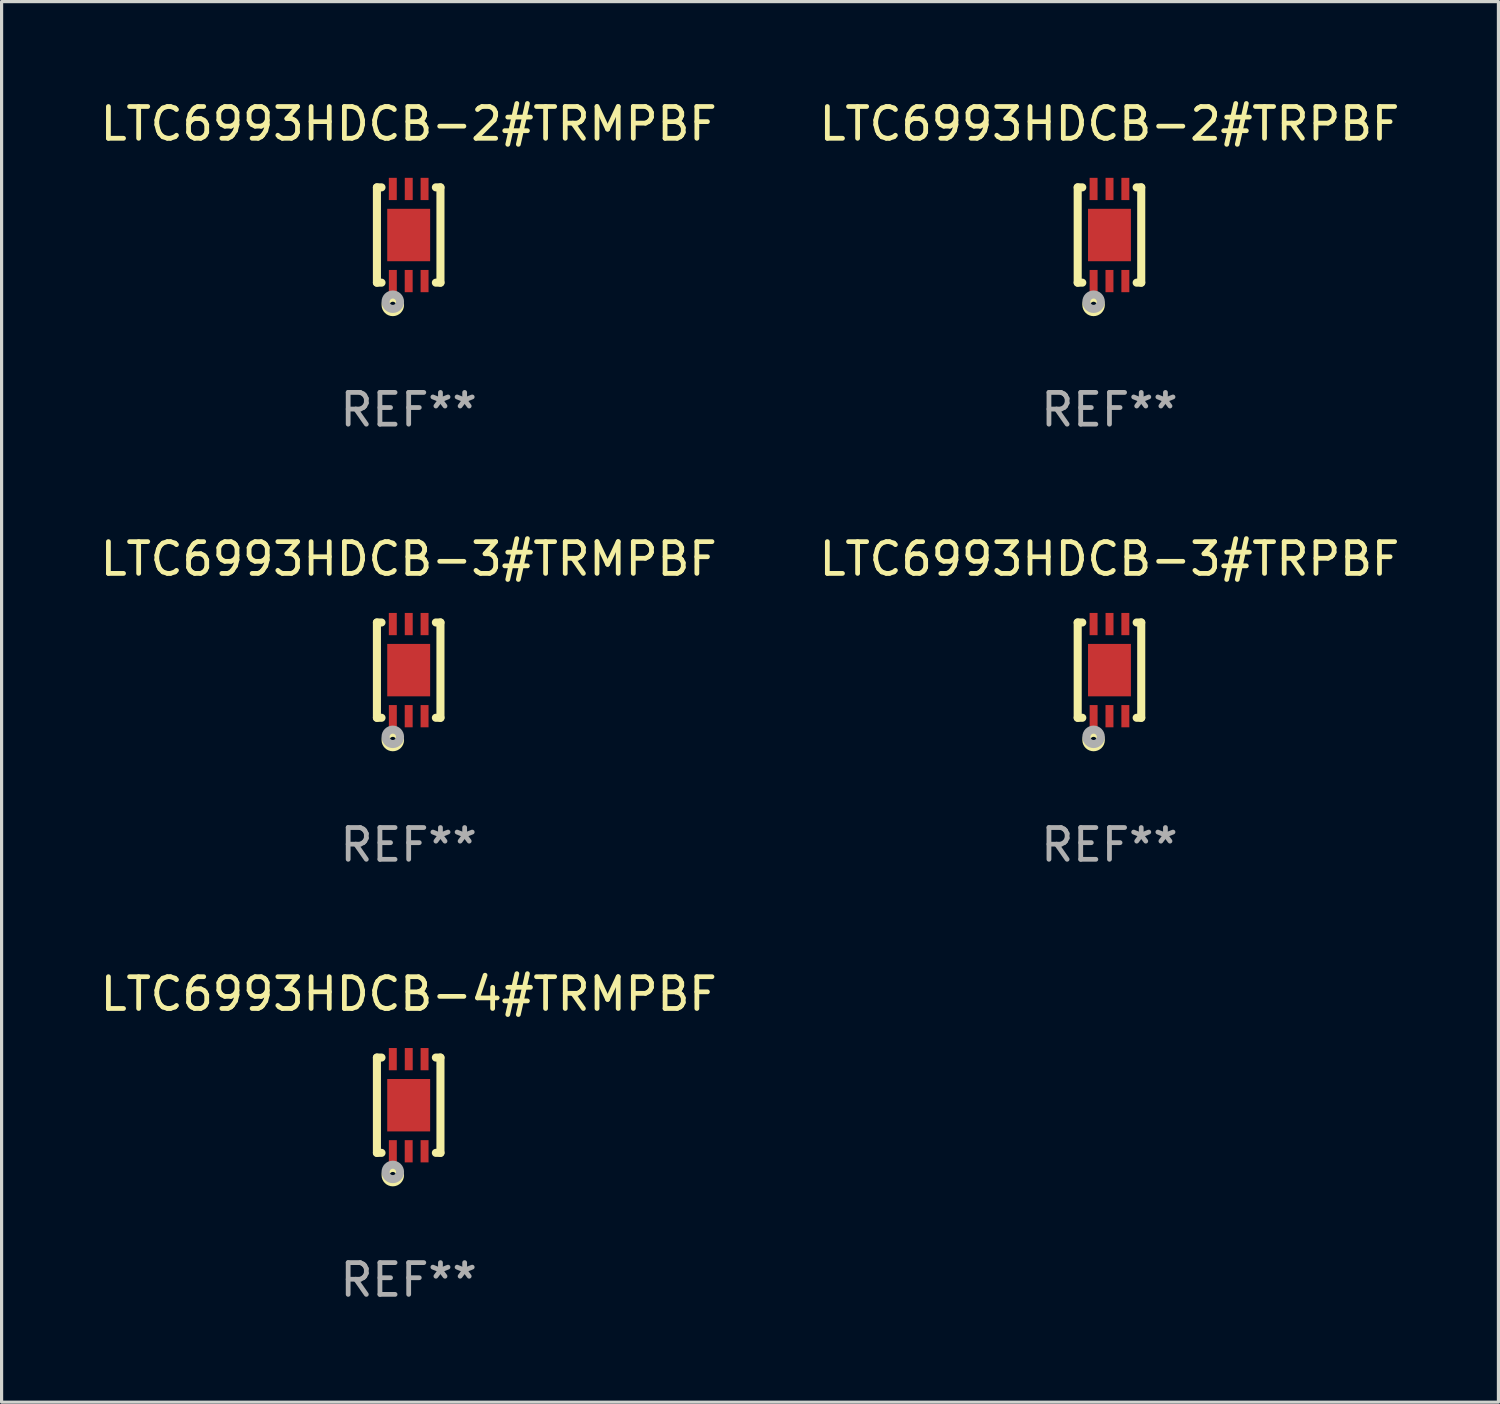
<source format=kicad_pcb>
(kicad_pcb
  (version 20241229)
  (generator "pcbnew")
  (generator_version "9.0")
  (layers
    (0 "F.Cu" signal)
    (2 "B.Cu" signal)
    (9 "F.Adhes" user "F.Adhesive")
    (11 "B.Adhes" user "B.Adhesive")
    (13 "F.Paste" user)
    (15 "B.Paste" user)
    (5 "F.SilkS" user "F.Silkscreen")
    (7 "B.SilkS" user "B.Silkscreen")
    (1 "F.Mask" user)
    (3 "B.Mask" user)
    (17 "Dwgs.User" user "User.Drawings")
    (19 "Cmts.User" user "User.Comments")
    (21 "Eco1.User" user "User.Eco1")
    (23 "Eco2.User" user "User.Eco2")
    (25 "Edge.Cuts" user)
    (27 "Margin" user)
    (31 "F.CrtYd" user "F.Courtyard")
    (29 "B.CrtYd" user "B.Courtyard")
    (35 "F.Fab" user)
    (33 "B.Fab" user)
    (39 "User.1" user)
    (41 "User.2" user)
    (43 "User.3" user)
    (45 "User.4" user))
  (footprint "LTC6993HDCB-2#TRPBF"
    (layer "F.Cu")
    (at 31.875 4.348)
    (property "Reference" "LTC6993HDCB-2#TRPBF" (at 0 -3.5 0) (layer "F.SilkS") (effects (font (size 1 1) (thickness 0.15))))
    (attr through_hole)
    (fp_line (start -1 1.5) (end -1 -1.5) (stroke (width 0.254) (type solid)) (layer "F.SilkS"))
    (fp_line (start -0.856 -1.5) (end -1 -1.5) (stroke (width 0.254) (type solid)) (layer "F.SilkS"))
    (fp_line (start -0.855 1.5) (end -1 1.5) (stroke (width 0.254) (type solid)) (layer "F.SilkS"))
    (fp_line (start 1 -1.5) (end 0.856 -1.5) (stroke (width 0.254) (type solid)) (layer "F.SilkS"))
    (fp_line (start 1 1.5) (end 0.856 1.5) (stroke (width 0.254) (type solid)) (layer "F.SilkS"))
    (fp_line (start 1 1.5) (end 1 -1.5) (stroke (width 0.254) (type solid)) (layer "F.SilkS"))
    (fp_circle (center -1 1.5) (end -0.97 1.5) (stroke (width 0.06) (type solid)) (fill no) (layer "F.SilkS"))
    (fp_circle (center -0.5 2.2) (end -0.4 2.2) (stroke (width 0.254) (type solid)) (fill no) (layer "F.SilkS"))
    (fp_circle (center -0.5 2.1) (end -0.4 2.1) (stroke (width 0.254) (type solid)) (fill no) (layer "F.Fab"))
    (fp_text user "REF**" (at 0 5.5 0) (layer "F.Fab") (effects (font (size 1 1) (thickness 0.15))))
    (pad "1" smd rect (at -0.499 1.45 180) (size 0.25 0.7) (layers "F.Cu" "F.Mask" "F.Paste"))
    (pad "2" smd rect (at 0.000025 1.45 180) (size 0.25 0.7) (layers "F.Cu" "F.Mask" "F.Paste"))
    (pad "3" smd rect (at 0.5 1.45 180) (size 0.25 0.7) (layers "F.Cu" "F.Mask" "F.Paste"))
    (pad "4" smd rect (at 0.5 -1.45 180) (size 0.25 0.7) (layers "F.Cu" "F.Mask" "F.Paste"))
    (pad "5" smd rect (at 0.002 -1.45 180) (size 0.25 0.7) (layers "F.Cu" "F.Mask" "F.Paste"))
    (pad "6" smd rect (at -0.5 -1.45 180) (size 0.25 0.7) (layers "F.Cu" "F.Mask" "F.Paste"))
    (pad "7" smd rect (at 0.000025 0.000038 180) (size 1.35 1.65) (layers "F.Cu" "F.Mask" "F.Paste")))
  (footprint "LTC6993HDCB-3#TRMPBF"
    (layer "F.Cu")
    (at 9.815 18.045)
    (property "Reference" "LTC6993HDCB-3#TRMPBF" (at 0 -3.5 0) (layer "F.SilkS") (effects (font (size 1 1) (thickness 0.15))))
    (attr through_hole)
    (fp_line (start -1 1.5) (end -1 -1.5) (stroke (width 0.254) (type solid)) (layer "F.SilkS"))
    (fp_line (start -0.856 -1.5) (end -1 -1.5) (stroke (width 0.254) (type solid)) (layer "F.SilkS"))
    (fp_line (start -0.855 1.5) (end -1 1.5) (stroke (width 0.254) (type solid)) (layer "F.SilkS"))
    (fp_line (start 1 -1.5) (end 0.856 -1.5) (stroke (width 0.254) (type solid)) (layer "F.SilkS"))
    (fp_line (start 1 1.5) (end 0.856 1.5) (stroke (width 0.254) (type solid)) (layer "F.SilkS"))
    (fp_line (start 1 1.5) (end 1 -1.5) (stroke (width 0.254) (type solid)) (layer "F.SilkS"))
    (fp_circle (center -1 1.5) (end -0.97 1.5) (stroke (width 0.06) (type solid)) (fill no) (layer "F.SilkS"))
    (fp_circle (center -0.5 2.2) (end -0.4 2.2) (stroke (width 0.254) (type solid)) (fill no) (layer "F.SilkS"))
    (fp_circle (center -0.5 2.1) (end -0.4 2.1) (stroke (width 0.254) (type solid)) (fill no) (layer "F.Fab"))
    (fp_text user "REF**" (at 0 5.5 0) (layer "F.Fab") (effects (font (size 1 1) (thickness 0.15))))
    (pad "1" smd rect (at -0.499 1.45 180) (size 0.25 0.7) (layers "F.Cu" "F.Mask" "F.Paste"))
    (pad "2" smd rect (at 0.000025 1.45 180) (size 0.25 0.7) (layers "F.Cu" "F.Mask" "F.Paste"))
    (pad "3" smd rect (at 0.5 1.45 180) (size 0.25 0.7) (layers "F.Cu" "F.Mask" "F.Paste"))
    (pad "4" smd rect (at 0.5 -1.45 180) (size 0.25 0.7) (layers "F.Cu" "F.Mask" "F.Paste"))
    (pad "5" smd rect (at 0.002 -1.45 180) (size 0.25 0.7) (layers "F.Cu" "F.Mask" "F.Paste"))
    (pad "6" smd rect (at -0.5 -1.45 180) (size 0.25 0.7) (layers "F.Cu" "F.Mask" "F.Paste"))
    (pad "7" smd rect (at 0.000025 0.000038 180) (size 1.35 1.65) (layers "F.Cu" "F.Mask" "F.Paste")))
  (footprint "LTC6993HDCB-3#TRPBF"
    (layer "F.Cu")
    (at 31.875 18.045)
    (property "Reference" "LTC6993HDCB-3#TRPBF" (at 0 -3.5 0) (layer "F.SilkS") (effects (font (size 1 1) (thickness 0.15))))
    (attr through_hole)
    (fp_line (start -1 1.5) (end -1 -1.5) (stroke (width 0.254) (type solid)) (layer "F.SilkS"))
    (fp_line (start -0.856 -1.5) (end -1 -1.5) (stroke (width 0.254) (type solid)) (layer "F.SilkS"))
    (fp_line (start -0.855 1.5) (end -1 1.5) (stroke (width 0.254) (type solid)) (layer "F.SilkS"))
    (fp_line (start 1 -1.5) (end 0.856 -1.5) (stroke (width 0.254) (type solid)) (layer "F.SilkS"))
    (fp_line (start 1 1.5) (end 0.856 1.5) (stroke (width 0.254) (type solid)) (layer "F.SilkS"))
    (fp_line (start 1 1.5) (end 1 -1.5) (stroke (width 0.254) (type solid)) (layer "F.SilkS"))
    (fp_circle (center -1 1.5) (end -0.97 1.5) (stroke (width 0.06) (type solid)) (fill no) (layer "F.SilkS"))
    (fp_circle (center -0.5 2.2) (end -0.4 2.2) (stroke (width 0.254) (type solid)) (fill no) (layer "F.SilkS"))
    (fp_circle (center -0.5 2.1) (end -0.4 2.1) (stroke (width 0.254) (type solid)) (fill no) (layer "F.Fab"))
    (fp_text user "REF**" (at 0 5.5 0) (layer "F.Fab") (effects (font (size 1 1) (thickness 0.15))))
    (pad "1" smd rect (at -0.499 1.45 180) (size 0.25 0.7) (layers "F.Cu" "F.Mask" "F.Paste"))
    (pad "2" smd rect (at 0.000025 1.45 180) (size 0.25 0.7) (layers "F.Cu" "F.Mask" "F.Paste"))
    (pad "3" smd rect (at 0.5 1.45 180) (size 0.25 0.7) (layers "F.Cu" "F.Mask" "F.Paste"))
    (pad "4" smd rect (at 0.5 -1.45 180) (size 0.25 0.7) (layers "F.Cu" "F.Mask" "F.Paste"))
    (pad "5" smd rect (at 0.002 -1.45 180) (size 0.25 0.7) (layers "F.Cu" "F.Mask" "F.Paste"))
    (pad "6" smd rect (at -0.5 -1.45 180) (size 0.25 0.7) (layers "F.Cu" "F.Mask" "F.Paste"))
    (pad "7" smd rect (at 0.000025 0.000038 180) (size 1.35 1.65) (layers "F.Cu" "F.Mask" "F.Paste")))
  (footprint "LTC6993HDCB-4#TRMPBF"
    (layer "F.Cu")
    (at 9.815 31.741)
    (property "Reference" "LTC6993HDCB-4#TRMPBF" (at 0 -3.5 0) (layer "F.SilkS") (effects (font (size 1 1) (thickness 0.15))))
    (attr through_hole)
    (fp_line (start -1 1.5) (end -1 -1.5) (stroke (width 0.254) (type solid)) (layer "F.SilkS"))
    (fp_line (start -0.856 -1.5) (end -1 -1.5) (stroke (width 0.254) (type solid)) (layer "F.SilkS"))
    (fp_line (start -0.855 1.5) (end -1 1.5) (stroke (width 0.254) (type solid)) (layer "F.SilkS"))
    (fp_line (start 1 -1.5) (end 0.856 -1.5) (stroke (width 0.254) (type solid)) (layer "F.SilkS"))
    (fp_line (start 1 1.5) (end 0.856 1.5) (stroke (width 0.254) (type solid)) (layer "F.SilkS"))
    (fp_line (start 1 1.5) (end 1 -1.5) (stroke (width 0.254) (type solid)) (layer "F.SilkS"))
    (fp_circle (center -1 1.5) (end -0.97 1.5) (stroke (width 0.06) (type solid)) (fill no) (layer "F.SilkS"))
    (fp_circle (center -0.5 2.2) (end -0.4 2.2) (stroke (width 0.254) (type solid)) (fill no) (layer "F.SilkS"))
    (fp_circle (center -0.5 2.1) (end -0.4 2.1) (stroke (width 0.254) (type solid)) (fill no) (layer "F.Fab"))
    (fp_text user "REF**" (at 0 5.5 0) (layer "F.Fab") (effects (font (size 1 1) (thickness 0.15))))
    (pad "1" smd rect (at -0.499 1.45 180) (size 0.25 0.7) (layers "F.Cu" "F.Mask" "F.Paste"))
    (pad "2" smd rect (at 0.000025 1.45 180) (size 0.25 0.7) (layers "F.Cu" "F.Mask" "F.Paste"))
    (pad "3" smd rect (at 0.5 1.45 180) (size 0.25 0.7) (layers "F.Cu" "F.Mask" "F.Paste"))
    (pad "4" smd rect (at 0.5 -1.45 180) (size 0.25 0.7) (layers "F.Cu" "F.Mask" "F.Paste"))
    (pad "5" smd rect (at 0.002 -1.45 180) (size 0.25 0.7) (layers "F.Cu" "F.Mask" "F.Paste"))
    (pad "6" smd rect (at -0.5 -1.45 180) (size 0.25 0.7) (layers "F.Cu" "F.Mask" "F.Paste"))
    (pad "7" smd rect (at 0.000025 0.000038 180) (size 1.35 1.65) (layers "F.Cu" "F.Mask" "F.Paste")))
  (footprint "LTC6993HDCB-2#TRMPBF"
    (layer "F.Cu")
    (at 9.815 4.348)
    (property "Reference" "LTC6993HDCB-2#TRMPBF" (at 0 -3.5 0) (layer "F.SilkS") (effects (font (size 1 1) (thickness 0.15))))
    (attr through_hole)
    (fp_line (start -1 1.5) (end -1 -1.5) (stroke (width 0.254) (type solid)) (layer "F.SilkS"))
    (fp_line (start -0.856 -1.5) (end -1 -1.5) (stroke (width 0.254) (type solid)) (layer "F.SilkS"))
    (fp_line (start -0.855 1.5) (end -1 1.5) (stroke (width 0.254) (type solid)) (layer "F.SilkS"))
    (fp_line (start 1 -1.5) (end 0.856 -1.5) (stroke (width 0.254) (type solid)) (layer "F.SilkS"))
    (fp_line (start 1 1.5) (end 0.856 1.5) (stroke (width 0.254) (type solid)) (layer "F.SilkS"))
    (fp_line (start 1 1.5) (end 1 -1.5) (stroke (width 0.254) (type solid)) (layer "F.SilkS"))
    (fp_circle (center -1 1.5) (end -0.97 1.5) (stroke (width 0.06) (type solid)) (fill no) (layer "F.SilkS"))
    (fp_circle (center -0.5 2.2) (end -0.4 2.2) (stroke (width 0.254) (type solid)) (fill no) (layer "F.SilkS"))
    (fp_circle (center -0.5 2.1) (end -0.4 2.1) (stroke (width 0.254) (type solid)) (fill no) (layer "F.Fab"))
    (fp_text user "REF**" (at 0 5.5 0) (layer "F.Fab") (effects (font (size 1 1) (thickness 0.15))))
    (pad "1" smd rect (at -0.499 1.45 180) (size 0.25 0.7) (layers "F.Cu" "F.Mask" "F.Paste"))
    (pad "2" smd rect (at 0.000025 1.45 180) (size 0.25 0.7) (layers "F.Cu" "F.Mask" "F.Paste"))
    (pad "3" smd rect (at 0.5 1.45 180) (size 0.25 0.7) (layers "F.Cu" "F.Mask" "F.Paste"))
    (pad "4" smd rect (at 0.5 -1.45 180) (size 0.25 0.7) (layers "F.Cu" "F.Mask" "F.Paste"))
    (pad "5" smd rect (at 0.002 -1.45 180) (size 0.25 0.7) (layers "F.Cu" "F.Mask" "F.Paste"))
    (pad "6" smd rect (at -0.5 -1.45 180) (size 0.25 0.7) (layers "F.Cu" "F.Mask" "F.Paste"))
    (pad "7" smd rect (at 0.000025 0.000038 180) (size 1.35 1.65) (layers "F.Cu" "F.Mask" "F.Paste")))
  (gr_rect
    (start -3 -3)
    (end 44.119 41.089)
    (stroke (width 0.1) (type default))
    (fill no)
    (layer "Edge.Cuts")))
</source>
